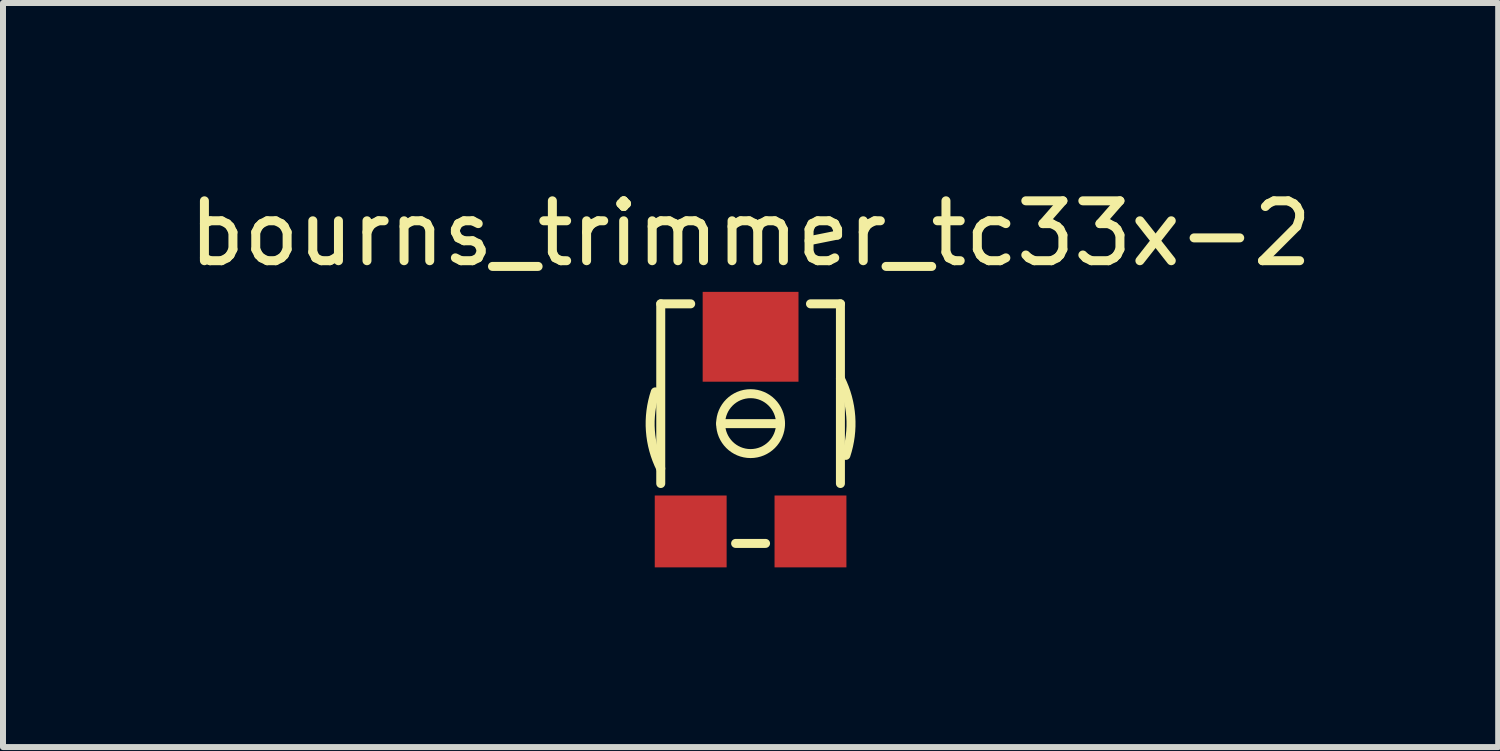
<source format=kicad_pcb>
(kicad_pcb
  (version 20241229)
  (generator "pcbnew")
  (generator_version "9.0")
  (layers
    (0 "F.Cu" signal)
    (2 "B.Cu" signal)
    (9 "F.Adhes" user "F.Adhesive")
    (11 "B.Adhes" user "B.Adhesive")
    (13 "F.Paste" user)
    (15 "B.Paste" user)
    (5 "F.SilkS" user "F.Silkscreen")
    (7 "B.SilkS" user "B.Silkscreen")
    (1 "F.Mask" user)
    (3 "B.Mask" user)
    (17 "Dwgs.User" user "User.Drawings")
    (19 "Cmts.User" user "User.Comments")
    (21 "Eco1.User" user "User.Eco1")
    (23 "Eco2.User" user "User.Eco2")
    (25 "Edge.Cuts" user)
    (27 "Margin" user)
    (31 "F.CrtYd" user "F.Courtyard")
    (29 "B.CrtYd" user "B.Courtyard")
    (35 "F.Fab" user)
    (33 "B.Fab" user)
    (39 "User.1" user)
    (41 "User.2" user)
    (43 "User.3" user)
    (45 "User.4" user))
  (footprint "bourns_trimmer_tc33x-2"
    (layer "F.Cu")
    (at 9.482 4.023)
    (property "Reference" "bourns_trimmer_tc33x-2" (at 0 -3.175 0) (layer "F.SilkS") (effects (font (size 1 1) (thickness 0.15))))
    (attr through_hole)
    (fp_line (start -1.5 -2) (end -1.5 1) (stroke (width 0.15) (type solid)) (layer "F.SilkS"))
    (fp_line (start -1 -2) (end -1.5 -2) (stroke (width 0.15) (type solid)) (layer "F.SilkS"))
    (fp_line (start -0.5 0) (end 0.5 0) (stroke (width 0.15) (type solid)) (layer "F.SilkS"))
    (fp_line (start 0.25 2) (end -0.25 2) (stroke (width 0.15) (type solid)) (layer "F.SilkS"))
    (fp_line (start 1.5 -2) (end 1 -2) (stroke (width 0.15) (type solid)) (layer "F.SilkS"))
    (fp_line (start 1.5 1) (end 1.5 -2) (stroke (width 0.15) (type solid)) (layer "F.SilkS"))
    (fp_arc (start -1.5 0.75) (mid -1.672832 0.118885) (end -1.59099 -0.53033) (stroke (width 0.15) (type solid)) (layer "F.SilkS"))
    (fp_arc (start 1.5 -0.75) (mid 1.672832 -0.118885) (end 1.59099 0.53033) (stroke (width 0.15) (type solid)) (layer "F.SilkS"))
    (fp_circle (center 0 0) (end 0.5 0) (stroke (width 0.15) (type solid)) (fill no) (layer "F.SilkS"))
    (pad "1" smd rect (at -1 1.8) (size 1.2 1.2) (layers "F.Cu" "F.Mask" "F.Paste"))
    (pad "2" smd rect (at 0 -1.45) (size 1.6 1.5) (layers "F.Cu" "F.Mask" "F.Paste"))
    (pad "3" smd rect (at 1 1.8) (size 1.2 1.2) (layers "F.Cu" "F.Mask" "F.Paste")))
  (gr_rect
    (start -3 -3)
    (end 21.964 9.423)
    (stroke (width 0.1) (type default))
    (fill no)
    (layer "Edge.Cuts")))
</source>
